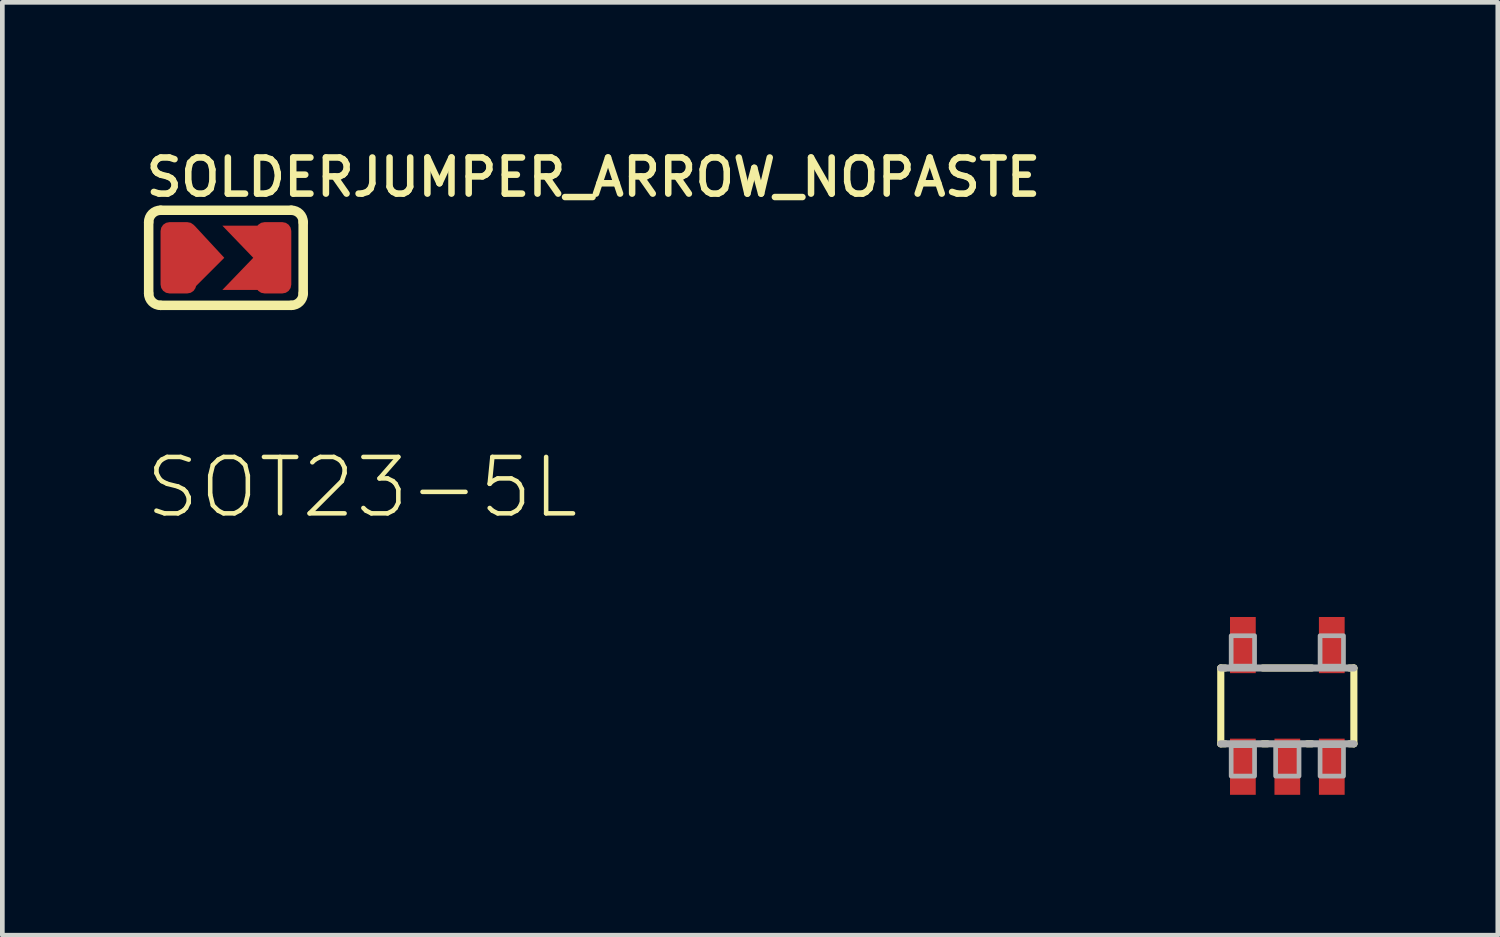
<source format=kicad_pcb>
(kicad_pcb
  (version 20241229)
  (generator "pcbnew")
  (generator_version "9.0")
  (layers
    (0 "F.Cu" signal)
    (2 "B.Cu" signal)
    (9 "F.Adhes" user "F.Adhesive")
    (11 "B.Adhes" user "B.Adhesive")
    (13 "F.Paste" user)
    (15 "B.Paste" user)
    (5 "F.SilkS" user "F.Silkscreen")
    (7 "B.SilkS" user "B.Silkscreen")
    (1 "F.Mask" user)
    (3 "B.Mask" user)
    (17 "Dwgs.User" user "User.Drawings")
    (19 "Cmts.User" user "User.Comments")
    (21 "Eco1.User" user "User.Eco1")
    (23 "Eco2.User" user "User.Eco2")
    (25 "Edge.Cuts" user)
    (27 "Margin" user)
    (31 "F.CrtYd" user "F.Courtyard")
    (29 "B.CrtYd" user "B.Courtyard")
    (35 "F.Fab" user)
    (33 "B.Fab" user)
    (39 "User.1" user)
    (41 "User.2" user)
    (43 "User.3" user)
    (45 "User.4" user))
  (footprint "SOLDERJUMPER_ARROW_NOPASTE"
    (layer "F.Cu")
    (at 1.778 2.459)
    (property "Reference" "SOLDERJUMPER_ARROW_NOPASTE" (at -1.778 -1.27 180) (layer "F.SilkS") (effects (font (size 0.772 0.772) (thickness 0.139)) (justify left bottom)))
    (attr through_hole)
    (fp_poly (pts (xy -1.293 -0.687) (xy -0.671 -0.687) (xy -0.035 0) (xy -0.722 0.687) (xy -1.293 0.687)) (stroke (width 0) (type solid)) (fill yes) (layer "F.Cu"))
    (fp_poly (pts (xy -0.077 -0.687) (xy 0.584 0) (xy -0.077 0.687) (xy 1.293 0.687) (xy 1.293 -0.687)) (stroke (width 0) (type solid)) (fill yes) (layer "F.Cu"))
    (fp_poly (pts (xy -1.46 0.826) (xy 1.46 0.826) (xy 1.46 -0.826) (xy -1.46 -0.826)) (stroke (width 0) (type solid)) (fill yes) (layer "F.Mask"))
    (fp_line (start -1.651 0.762) (end -1.651 -0.762) (stroke (width 0.203) (type solid)) (layer "F.SilkS"))
    (fp_line (start -1.397 -1.016) (end 1.397 -1.016) (stroke (width 0.203) (type solid)) (layer "F.SilkS"))
    (fp_line (start 1.397 1.016) (end -1.397 1.016) (stroke (width 0.203) (type solid)) (layer "F.SilkS"))
    (fp_line (start 1.651 0.762) (end 1.651 -0.762) (stroke (width 0.203) (type solid)) (layer "F.SilkS"))
    (fp_arc (start -1.651 -0.762) (mid -1.576605 -0.941605) (end -1.397 -1.016) (stroke (width 0.2032) (type solid)) (layer "F.SilkS"))
    (fp_arc (start -1.397 1.016) (mid -1.576605 0.941605) (end -1.651 0.762) (stroke (width 0.2032) (type solid)) (layer "F.SilkS"))
    (fp_arc (start 1.397 -1.016) (mid 1.576605 -0.941605) (end 1.651 -0.762) (stroke (width 0.2032) (type solid)) (layer "F.SilkS"))
    (fp_arc (start 1.651 0.762) (mid 1.576605 0.941605) (end 1.397 1.016) (stroke (width 0.2032) (type solid)) (layer "F.SilkS"))
    (pad "1" smd roundrect (at -1.016 0) (size 0.762 1.524) (layers "F.Cu" "F.Mask") (roundrect_rratio 0.25))
    (pad "2" smd roundrect (at 1.016 0) (size 0.762 1.524) (layers "F.Cu" "F.Mask") (roundrect_rratio 0.25)))
  (footprint "SOT23-5L"
    (layer "F.Cu")
    (at 24.46 12.035)
    (property "Reference" "SOT23-5L" (at -24.46 -3.962 180) (layer "F.SilkS") (effects (font (size 1.206 1.206) (thickness 0.097)) (justify left bottom)))
    (attr through_hole)
    (fp_line (start -1.422 -0.81) (end -1.328 -0.81) (stroke (width 0.152) (type solid)) (layer "F.SilkS"))
    (fp_line (start -1.422 0.81) (end -1.422 -0.81) (stroke (width 0.152) (type solid)) (layer "F.SilkS"))
    (fp_line (start -1.328 0.81) (end -1.422 0.81) (stroke (width 0.152) (type solid)) (layer "F.SilkS"))
    (fp_line (start -0.522 -0.81) (end 0.522 -0.81) (stroke (width 0.152) (type solid)) (layer "F.SilkS"))
    (fp_line (start -0.428 0.81) (end -0.522 0.81) (stroke (width 0.152) (type solid)) (layer "F.SilkS"))
    (fp_line (start 0.522 0.81) (end 0.428 0.81) (stroke (width 0.152) (type solid)) (layer "F.SilkS"))
    (fp_line (start 1.328 -0.81) (end 1.422 -0.81) (stroke (width 0.152) (type solid)) (layer "F.SilkS"))
    (fp_line (start 1.422 -0.81) (end 1.422 0.81) (stroke (width 0.152) (type solid)) (layer "F.SilkS"))
    (fp_line (start 1.422 0.81) (end 1.328 0.81) (stroke (width 0.152) (type solid)) (layer "F.SilkS"))
    (fp_line (start -1.422 -0.81) (end 1.422 -0.81) (stroke (width 0.152) (type solid)) (layer "F.Fab"))
    (fp_line (start 1.422 0.81) (end -1.422 0.81) (stroke (width 0.152) (type solid)) (layer "F.Fab"))
    (fp_poly (pts (xy -1.2 -0.85) (xy -0.7 -0.85) (xy -0.7 -1.5) (xy -1.2 -1.5)) (stroke (width 0.1) (type solid)) (fill no) (layer "F.Fab"))
    (fp_poly (pts (xy -1.2 1.5) (xy -0.7 1.5) (xy -0.7 0.85) (xy -1.2 0.85)) (stroke (width 0.1) (type solid)) (fill no) (layer "F.Fab"))
    (fp_poly (pts (xy -0.25 1.5) (xy 0.25 1.5) (xy 0.25 0.85) (xy -0.25 0.85)) (stroke (width 0.1) (type solid)) (fill no) (layer "F.Fab"))
    (fp_poly (pts (xy 0.7 -0.85) (xy 1.2 -0.85) (xy 1.2 -1.5) (xy 0.7 -1.5)) (stroke (width 0.1) (type solid)) (fill no) (layer "F.Fab"))
    (fp_poly (pts (xy 0.7 1.5) (xy 1.2 1.5) (xy 1.2 0.85) (xy 0.7 0.85)) (stroke (width 0.1) (type solid)) (fill no) (layer "F.Fab"))
    (pad "1" smd rect (at -0.95 1.3) (size 0.55 1.2) (layers "F.Cu" "F.Mask" "F.Paste"))
    (pad "2" smd rect (at 0 1.3) (size 0.55 1.2) (layers "F.Cu" "F.Mask" "F.Paste"))
    (pad "3" smd rect (at 0.95 1.3) (size 0.55 1.2) (layers "F.Cu" "F.Mask" "F.Paste"))
    (pad "4" smd rect (at 0.95 -1.3) (size 0.55 1.2) (layers "F.Cu" "F.Mask" "F.Paste"))
    (pad "5" smd rect (at -0.95 -1.3) (size 0.55 1.2) (layers "F.Cu" "F.Mask" "F.Paste")))
  (gr_rect
    (start -3 -3)
    (end 28.958 16.935)
    (stroke (width 0.1) (type default))
    (fill no)
    (layer "Edge.Cuts")))
</source>
